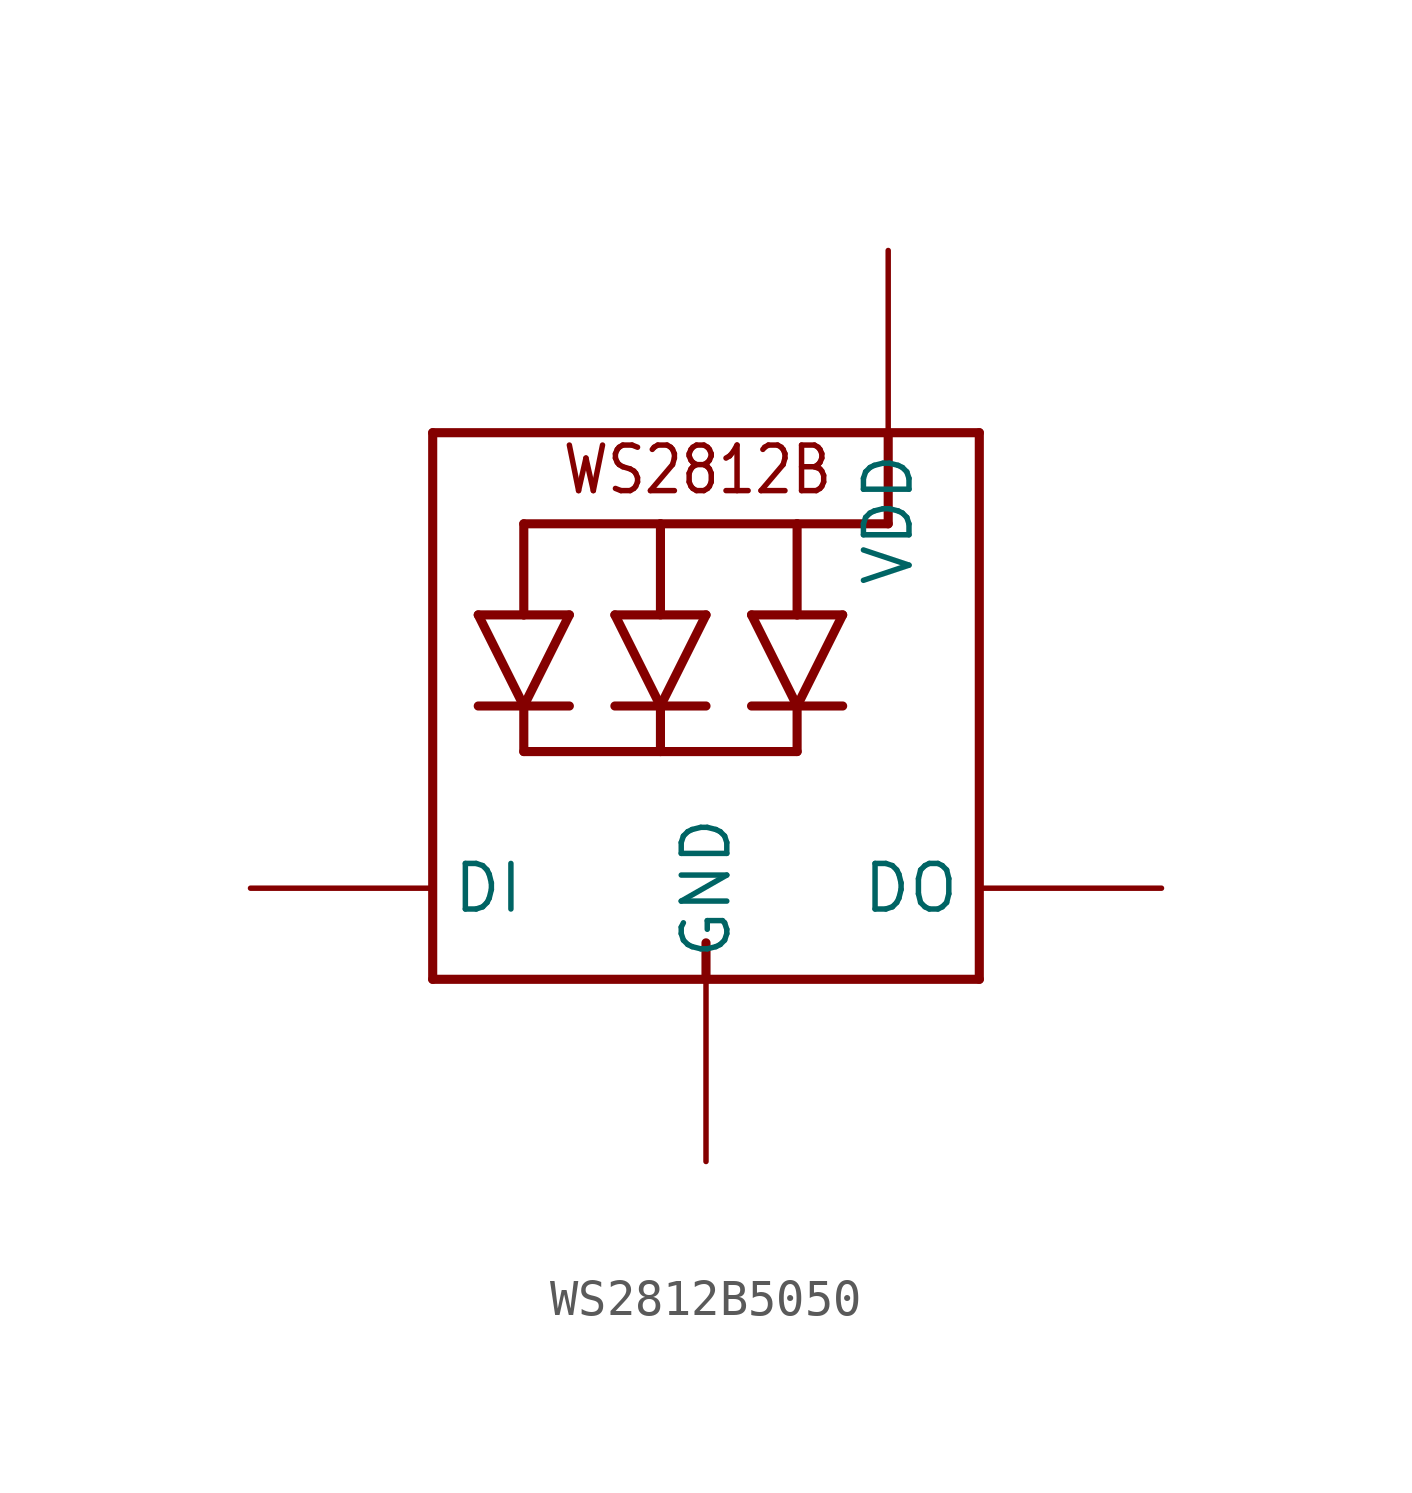
<source format=kicad_sym>
(kicad_symbol_lib
  (version 20241209)
  (generator "kicad_symbol_editor")
  (generator_version "9.0")
  (symbol "WS2812B5050"
    (property "Reference" "LED"
      (at 0 0 0)
      (effects (font (size 1.27 1.27)) (hide yes)))
    (property "ki_locked" ""
      (at 0 0 0)
      (effects (font (size 1.27 1.27))))
    (symbol "WS2812B5050_1_0"
      (polyline (pts (xy -7.62 10.16) (xy -7.62 -5.08)) (stroke (width 0.254) (type solid)) (fill (type none)))
      (polyline (pts (xy -7.62 -5.08) (xy 0 -5.08)) (stroke (width 0.254) (type solid)) (fill (type none)))
      (polyline (pts (xy -6.35 5.08) (xy -5.08 5.08)) (stroke (width 0.254) (type solid)) (fill (type none)))
      (polyline (pts (xy -6.35 2.54) (xy -5.08 2.54)) (stroke (width 0.254) (type solid)) (fill (type none)))
      (polyline (pts (xy -5.08 7.62) (xy -5.08 5.08)) (stroke (width 0.254) (type solid)) (fill (type none)))
      (polyline (pts (xy -5.08 5.08) (xy -3.81 5.08)) (stroke (width 0.254) (type solid)) (fill (type none)))
      (polyline (pts (xy -5.08 2.54) (xy -6.35 5.08)) (stroke (width 0.254) (type solid)) (fill (type none)))
      (polyline (pts (xy -5.08 2.54) (xy -5.08 1.27)) (stroke (width 0.254) (type solid)) (fill (type none)))
      (polyline (pts (xy -5.08 2.54) (xy -3.81 5.08)) (stroke (width 0.254) (type solid)) (fill (type none)))
      (polyline (pts (xy -3.81 2.54) (xy -5.08 2.54)) (stroke (width 0.254) (type solid)) (fill (type none)))
      (polyline (pts (xy -2.54 5.08) (xy 0 5.08)) (stroke (width 0.254) (type solid)) (fill (type none)))
      (polyline (pts (xy -2.54 2.54) (xy -1.27 2.54)) (stroke (width 0.254) (type solid)) (fill (type none)))
      (polyline (pts (xy -1.27 7.62) (xy -5.08 7.62)) (stroke (width 0.254) (type solid)) (fill (type none)))
      (polyline (pts (xy -1.27 5.08) (xy -1.27 7.62)) (stroke (width 0.254) (type solid)) (fill (type none)))
      (polyline (pts (xy -1.27 2.54) (xy -2.54 5.08)) (stroke (width 0.254) (type solid)) (fill (type none)))
      (polyline (pts (xy -1.27 2.54) (xy -1.27 1.27)) (stroke (width 0.254) (type solid)) (fill (type none)))
      (polyline (pts (xy -1.27 2.54) (xy 0 2.54)) (stroke (width 0.254) (type solid)) (fill (type none)))
      (polyline (pts (xy -1.27 1.27) (xy -5.08 1.27)) (stroke (width 0.254) (type solid)) (fill (type none)))
      (polyline (pts (xy 0 5.08) (xy -1.27 2.54)) (stroke (width 0.254) (type solid)) (fill (type none)))
      (polyline (pts (xy 0 -4.064) (xy 0 -5.08)) (stroke (width 0.254) (type solid)) (fill (type none)))
      (polyline (pts (xy 0 -5.08) (xy 7.62 -5.08)) (stroke (width 0.254) (type solid)) (fill (type none)))
      (polyline (pts (xy 1.27 5.08) (xy 2.54 5.08)) (stroke (width 0.254) (type solid)) (fill (type none)))
      (polyline (pts (xy 1.27 5.08) (xy 2.54 2.54)) (stroke (width 0.254) (type solid)) (fill (type none)))
      (polyline (pts (xy 2.54 7.62) (xy -1.27 7.62)) (stroke (width 0.254) (type solid)) (fill (type none)))
      (polyline (pts (xy 2.54 7.62) (xy 5.08 7.62)) (stroke (width 0.254) (type solid)) (fill (type none)))
      (polyline (pts (xy 2.54 5.08) (xy 2.54 7.62)) (stroke (width 0.254) (type solid)) (fill (type none)))
      (polyline (pts (xy 2.54 2.54) (xy 1.27 2.54)) (stroke (width 0.254) (type solid)) (fill (type none)))
      (polyline (pts (xy 2.54 2.54) (xy 2.54 1.27)) (stroke (width 0.254) (type solid)) (fill (type none)))
      (polyline (pts (xy 2.54 2.54) (xy 3.81 5.08)) (stroke (width 0.254) (type solid)) (fill (type none)))
      (polyline (pts (xy 2.54 2.54) (xy 3.81 2.54)) (stroke (width 0.254) (type solid)) (fill (type none)))
      (polyline (pts (xy 2.54 1.27) (xy -1.27 1.27)) (stroke (width 0.254) (type solid)) (fill (type none)))
      (polyline (pts (xy 3.81 5.08) (xy 2.54 5.08)) (stroke (width 0.254) (type solid)) (fill (type none)))
      (polyline (pts (xy 5.08 10.16) (xy -7.62 10.16)) (stroke (width 0.254) (type solid)) (fill (type none)))
      (polyline (pts (xy 5.08 10.16) (xy 5.08 7.62)) (stroke (width 0.254) (type solid)) (fill (type none)))
      (polyline (pts (xy 7.62 10.16) (xy 5.08 10.16)) (stroke (width 0.254) (type solid)) (fill (type none)))
      (polyline (pts (xy 7.62 -5.08) (xy 7.62 10.16)) (stroke (width 0.254) (type solid)) (fill (type none)))
      (text "WS2812B" (at -4.064 8.382 0) (effects (font (size 1.27 1.079)) (justify left bottom)))
      (pin input line (at -12.7 -2.54 0) (length 5.08) (name "DI" (effects (font (size 1.27 1.27)))) (number "4-DIN" (effects (font (size 0 0)))))
      (pin power_in line (at 0 -10.16 90) (length 5.08) (name "GND" (effects (font (size 1.27 1.27)))) (number "3-GND" (effects (font (size 0 0)))))
      (pin power_in line (at 5.08 15.24 270) (length 5.08) (name "VDD" (effects (font (size 1.27 1.27)))) (number "1-VDD" (effects (font (size 0 0)))))
      (pin output line (at 12.7 -2.54 180) (length 5.08) (name "DO" (effects (font (size 1.27 1.27)))) (number "2-DOUT" (effects (font (size 0 0))))))))
</source>
